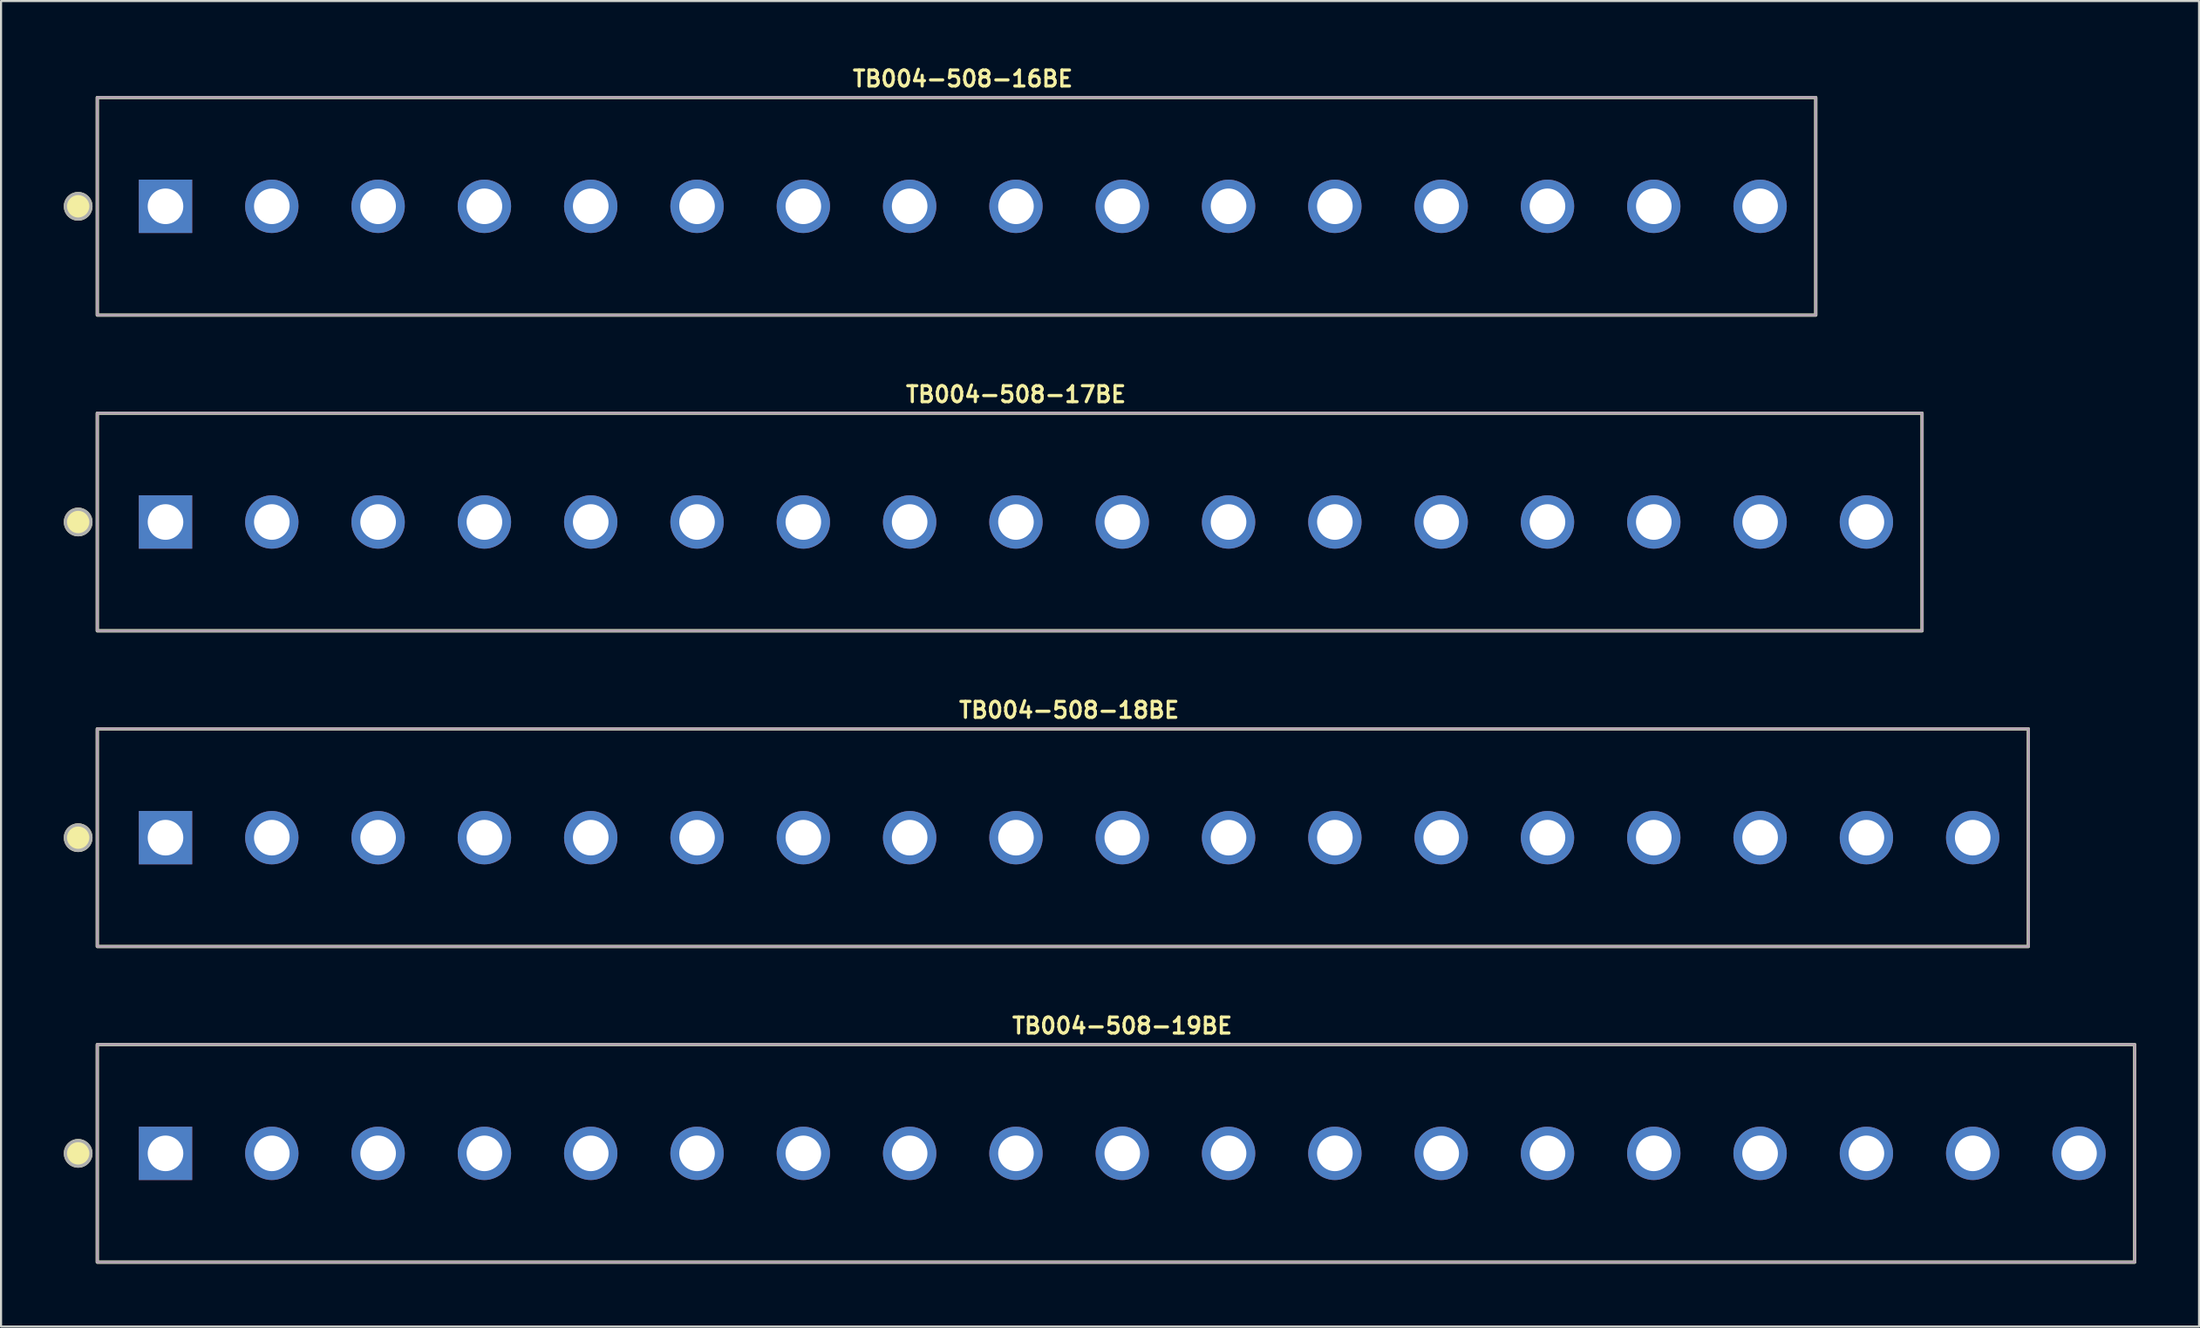
<source format=kicad_pcb>
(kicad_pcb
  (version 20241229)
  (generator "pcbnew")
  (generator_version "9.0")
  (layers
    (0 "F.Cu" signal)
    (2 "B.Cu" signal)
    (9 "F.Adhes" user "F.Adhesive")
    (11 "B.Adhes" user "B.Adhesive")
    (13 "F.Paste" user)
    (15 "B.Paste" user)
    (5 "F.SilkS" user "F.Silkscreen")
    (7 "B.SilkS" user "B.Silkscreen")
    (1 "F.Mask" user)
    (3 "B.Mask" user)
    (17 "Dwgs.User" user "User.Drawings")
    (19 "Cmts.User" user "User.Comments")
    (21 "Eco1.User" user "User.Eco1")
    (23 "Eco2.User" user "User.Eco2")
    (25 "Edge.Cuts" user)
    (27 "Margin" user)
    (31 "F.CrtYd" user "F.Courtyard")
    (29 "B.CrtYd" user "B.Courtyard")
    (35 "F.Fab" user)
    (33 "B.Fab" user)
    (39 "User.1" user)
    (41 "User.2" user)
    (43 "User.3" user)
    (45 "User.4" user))
  (footprint "TB004-508-18BE"
    (layer "F.Cu")
    (at 48.039 36.98)
    (property "Reference" "TB004-508-18BE" (at 0 -6.096 0) (layer "F.SilkS") (effects (font (size 0.762 0.762) (thickness 0.152))))
    (attr through_hole)
    (fp_rect (start -46.44 -5.2) (end 45.84 5.2) (stroke (width 0.152) (type default)) (fill no) (layer "F.SilkS"))
    (fp_circle (center -47.354 0) (end -46.745 0) (stroke (width 0.152) (type solid)) (fill yes) (layer "F.SilkS"))
    (fp_rect (start -46.44 -5.2) (end 45.84 5.2) (stroke (width 0.006) (type default)) (fill no) (layer "F.CrtYd"))
    (fp_rect (start -46.44 -5.2) (end 45.84 5.2) (stroke (width 0.152) (type default)) (fill no) (layer "F.Fab"))
    (fp_circle (center -47.354 0) (end -46.745 0) (stroke (width 0.152) (type solid)) (fill no) (layer "F.Fab"))
    (pad "1" thru_hole rect (at -43.18 0) (size 2.55 2.55) (drill 1.7) (layers "*.Cu" "*.Mask"))
    (pad "2" thru_hole circle (at -38.1 0) (size 2.55 2.55) (drill 1.7) (layers "*.Cu" "*.Mask"))
    (pad "3" thru_hole circle (at -33.02 0) (size 2.55 2.55) (drill 1.7) (layers "*.Cu" "*.Mask"))
    (pad "4" thru_hole circle (at -27.94 0) (size 2.55 2.55) (drill 1.7) (layers "*.Cu" "*.Mask"))
    (pad "5" thru_hole circle (at -22.86 0) (size 2.55 2.55) (drill 1.7) (layers "*.Cu" "*.Mask"))
    (pad "6" thru_hole circle (at -17.78 0) (size 2.55 2.55) (drill 1.7) (layers "*.Cu" "*.Mask"))
    (pad "7" thru_hole circle (at -12.7 0) (size 2.55 2.55) (drill 1.7) (layers "*.Cu" "*.Mask"))
    (pad "8" thru_hole circle (at -7.62 0) (size 2.55 2.55) (drill 1.7) (layers "*.Cu" "*.Mask"))
    (pad "9" thru_hole circle (at -2.54 0) (size 2.55 2.55) (drill 1.7) (layers "*.Cu" "*.Mask"))
    (pad "10" thru_hole circle (at 2.54 0) (size 2.55 2.55) (drill 1.7) (layers "*.Cu" "*.Mask"))
    (pad "11" thru_hole circle (at 7.62 0) (size 2.55 2.55) (drill 1.7) (layers "*.Cu" "*.Mask"))
    (pad "12" thru_hole circle (at 12.7 0) (size 2.55 2.55) (drill 1.7) (layers "*.Cu" "*.Mask"))
    (pad "13" thru_hole circle (at 17.78 0) (size 2.55 2.55) (drill 1.7) (layers "*.Cu" "*.Mask"))
    (pad "14" thru_hole circle (at 22.86 0) (size 2.55 2.55) (drill 1.7) (layers "*.Cu" "*.Mask"))
    (pad "15" thru_hole circle (at 27.94 0) (size 2.55 2.55) (drill 1.7) (layers "*.Cu" "*.Mask"))
    (pad "16" thru_hole circle (at 33.02 0) (size 2.55 2.55) (drill 1.7) (layers "*.Cu" "*.Mask"))
    (pad "17" thru_hole circle (at 38.1 0) (size 2.55 2.55) (drill 1.7) (layers "*.Cu" "*.Mask"))
    (pad "18" thru_hole circle (at 43.18 0) (size 2.55 2.55) (drill 1.7) (layers "*.Cu" "*.Mask")))
  (footprint "TB004-508-19BE"
    (layer "F.Cu")
    (at 50.579 52.066)
    (property "Reference" "TB004-508-19BE" (at 0 -6.096 0) (layer "F.SilkS") (effects (font (size 0.762 0.762) (thickness 0.152))))
    (attr through_hole)
    (fp_rect (start -48.98 -5.2) (end 48.38 5.2) (stroke (width 0.152) (type default)) (fill no) (layer "F.SilkS"))
    (fp_circle (center -49.894 0) (end -49.285 0) (stroke (width 0.152) (type solid)) (fill yes) (layer "F.SilkS"))
    (fp_rect (start -48.98 -5.2) (end 48.38 5.2) (stroke (width 0.006) (type default)) (fill no) (layer "F.CrtYd"))
    (fp_rect (start -48.98 -5.2) (end 48.38 5.2) (stroke (width 0.152) (type default)) (fill no) (layer "F.Fab"))
    (fp_circle (center -49.894 0) (end -49.285 0) (stroke (width 0.152) (type solid)) (fill no) (layer "F.Fab"))
    (pad "1" thru_hole rect (at -45.72 0) (size 2.55 2.55) (drill 1.7) (layers "*.Cu" "*.Mask"))
    (pad "2" thru_hole circle (at -40.64 0) (size 2.55 2.55) (drill 1.7) (layers "*.Cu" "*.Mask"))
    (pad "3" thru_hole circle (at -35.56 0) (size 2.55 2.55) (drill 1.7) (layers "*.Cu" "*.Mask"))
    (pad "4" thru_hole circle (at -30.48 0) (size 2.55 2.55) (drill 1.7) (layers "*.Cu" "*.Mask"))
    (pad "5" thru_hole circle (at -25.4 0) (size 2.55 2.55) (drill 1.7) (layers "*.Cu" "*.Mask"))
    (pad "6" thru_hole circle (at -20.32 0) (size 2.55 2.55) (drill 1.7) (layers "*.Cu" "*.Mask"))
    (pad "7" thru_hole circle (at -15.24 0) (size 2.55 2.55) (drill 1.7) (layers "*.Cu" "*.Mask"))
    (pad "8" thru_hole circle (at -10.16 0) (size 2.55 2.55) (drill 1.7) (layers "*.Cu" "*.Mask"))
    (pad "9" thru_hole circle (at -5.08 0) (size 2.55 2.55) (drill 1.7) (layers "*.Cu" "*.Mask"))
    (pad "10" thru_hole circle (at 0 0) (size 2.55 2.55) (drill 1.7) (layers "*.Cu" "*.Mask"))
    (pad "11" thru_hole circle (at 5.08 0) (size 2.55 2.55) (drill 1.7) (layers "*.Cu" "*.Mask"))
    (pad "12" thru_hole circle (at 10.16 0) (size 2.55 2.55) (drill 1.7) (layers "*.Cu" "*.Mask"))
    (pad "13" thru_hole circle (at 15.24 0) (size 2.55 2.55) (drill 1.7) (layers "*.Cu" "*.Mask"))
    (pad "14" thru_hole circle (at 20.32 0) (size 2.55 2.55) (drill 1.7) (layers "*.Cu" "*.Mask"))
    (pad "15" thru_hole circle (at 25.4 0) (size 2.55 2.55) (drill 1.7) (layers "*.Cu" "*.Mask"))
    (pad "16" thru_hole circle (at 30.48 0) (size 2.55 2.55) (drill 1.7) (layers "*.Cu" "*.Mask"))
    (pad "17" thru_hole circle (at 35.56 0) (size 2.55 2.55) (drill 1.7) (layers "*.Cu" "*.Mask"))
    (pad "18" thru_hole circle (at 40.64 0) (size 2.55 2.55) (drill 1.7) (layers "*.Cu" "*.Mask"))
    (pad "19" thru_hole circle (at 45.72 0) (size 2.55 2.55) (drill 1.7) (layers "*.Cu" "*.Mask")))
  (footprint "TB004-508-17BE"
    (layer "F.Cu")
    (at 45.499 21.895)
    (property "Reference" "TB004-508-17BE" (at 0 -6.096 0) (layer "F.SilkS") (effects (font (size 0.762 0.762) (thickness 0.152))))
    (attr through_hole)
    (fp_rect (start -43.9 -5.2) (end 43.3 5.2) (stroke (width 0.152) (type default)) (fill no) (layer "F.SilkS"))
    (fp_circle (center -44.814 0) (end -44.205 0) (stroke (width 0.152) (type solid)) (fill yes) (layer "F.SilkS"))
    (fp_rect (start -43.9 -5.2) (end 43.3 5.2) (stroke (width 0.006) (type default)) (fill no) (layer "F.CrtYd"))
    (fp_rect (start -43.9 -5.2) (end 43.3 5.2) (stroke (width 0.152) (type default)) (fill no) (layer "F.Fab"))
    (fp_circle (center -44.814 0) (end -44.205 0) (stroke (width 0.152) (type solid)) (fill no) (layer "F.Fab"))
    (pad "1" thru_hole rect (at -40.64 0) (size 2.55 2.55) (drill 1.7) (layers "*.Cu" "*.Mask"))
    (pad "2" thru_hole circle (at -35.56 0) (size 2.55 2.55) (drill 1.7) (layers "*.Cu" "*.Mask"))
    (pad "3" thru_hole circle (at -30.48 0) (size 2.55 2.55) (drill 1.7) (layers "*.Cu" "*.Mask"))
    (pad "4" thru_hole circle (at -25.4 0) (size 2.55 2.55) (drill 1.7) (layers "*.Cu" "*.Mask"))
    (pad "5" thru_hole circle (at -20.32 0) (size 2.55 2.55) (drill 1.7) (layers "*.Cu" "*.Mask"))
    (pad "6" thru_hole circle (at -15.24 0) (size 2.55 2.55) (drill 1.7) (layers "*.Cu" "*.Mask"))
    (pad "7" thru_hole circle (at -10.16 0) (size 2.55 2.55) (drill 1.7) (layers "*.Cu" "*.Mask"))
    (pad "8" thru_hole circle (at -5.08 0) (size 2.55 2.55) (drill 1.7) (layers "*.Cu" "*.Mask"))
    (pad "9" thru_hole circle (at 0 0) (size 2.55 2.55) (drill 1.7) (layers "*.Cu" "*.Mask"))
    (pad "10" thru_hole circle (at 5.08 0) (size 2.55 2.55) (drill 1.7) (layers "*.Cu" "*.Mask"))
    (pad "11" thru_hole circle (at 10.16 0) (size 2.55 2.55) (drill 1.7) (layers "*.Cu" "*.Mask"))
    (pad "12" thru_hole circle (at 15.24 0) (size 2.55 2.55) (drill 1.7) (layers "*.Cu" "*.Mask"))
    (pad "13" thru_hole circle (at 20.32 0) (size 2.55 2.55) (drill 1.7) (layers "*.Cu" "*.Mask"))
    (pad "14" thru_hole circle (at 25.4 0) (size 2.55 2.55) (drill 1.7) (layers "*.Cu" "*.Mask"))
    (pad "15" thru_hole circle (at 30.48 0) (size 2.55 2.55) (drill 1.7) (layers "*.Cu" "*.Mask"))
    (pad "16" thru_hole circle (at 35.56 0) (size 2.55 2.55) (drill 1.7) (layers "*.Cu" "*.Mask"))
    (pad "17" thru_hole circle (at 40.64 0) (size 2.55 2.55) (drill 1.7) (layers "*.Cu" "*.Mask")))
  (footprint "TB004-508-16BE"
    (layer "F.Cu")
    (at 42.959 6.809)
    (property "Reference" "TB004-508-16BE" (at 0 -6.096 0) (layer "F.SilkS") (effects (font (size 0.762 0.762) (thickness 0.152))))
    (attr through_hole)
    (fp_rect (start -41.36 -5.2) (end 40.76 5.2) (stroke (width 0.152) (type default)) (fill no) (layer "F.SilkS"))
    (fp_circle (center -42.274 0) (end -41.665 0) (stroke (width 0.152) (type solid)) (fill yes) (layer "F.SilkS"))
    (fp_rect (start -41.36 -5.2) (end 40.76 5.2) (stroke (width 0.006) (type default)) (fill no) (layer "F.CrtYd"))
    (fp_rect (start -41.36 -5.2) (end 40.76 5.2) (stroke (width 0.152) (type default)) (fill no) (layer "F.Fab"))
    (fp_circle (center -42.274 0) (end -41.665 0) (stroke (width 0.152) (type solid)) (fill no) (layer "F.Fab"))
    (pad "1" thru_hole rect (at -38.1 0) (size 2.55 2.55) (drill 1.7) (layers "*.Cu" "*.Mask"))
    (pad "2" thru_hole circle (at -33.02 0) (size 2.55 2.55) (drill 1.7) (layers "*.Cu" "*.Mask"))
    (pad "3" thru_hole circle (at -27.94 0) (size 2.55 2.55) (drill 1.7) (layers "*.Cu" "*.Mask"))
    (pad "4" thru_hole circle (at -22.86 0) (size 2.55 2.55) (drill 1.7) (layers "*.Cu" "*.Mask"))
    (pad "5" thru_hole circle (at -17.78 0) (size 2.55 2.55) (drill 1.7) (layers "*.Cu" "*.Mask"))
    (pad "6" thru_hole circle (at -12.7 0) (size 2.55 2.55) (drill 1.7) (layers "*.Cu" "*.Mask"))
    (pad "7" thru_hole circle (at -7.62 0) (size 2.55 2.55) (drill 1.7) (layers "*.Cu" "*.Mask"))
    (pad "8" thru_hole circle (at -2.54 0) (size 2.55 2.55) (drill 1.7) (layers "*.Cu" "*.Mask"))
    (pad "9" thru_hole circle (at 2.54 0) (size 2.55 2.55) (drill 1.7) (layers "*.Cu" "*.Mask"))
    (pad "10" thru_hole circle (at 7.62 0) (size 2.55 2.55) (drill 1.7) (layers "*.Cu" "*.Mask"))
    (pad "11" thru_hole circle (at 12.7 0) (size 2.55 2.55) (drill 1.7) (layers "*.Cu" "*.Mask"))
    (pad "12" thru_hole circle (at 17.78 0) (size 2.55 2.55) (drill 1.7) (layers "*.Cu" "*.Mask"))
    (pad "13" thru_hole circle (at 22.86 0) (size 2.55 2.55) (drill 1.7) (layers "*.Cu" "*.Mask"))
    (pad "14" thru_hole circle (at 27.94 0) (size 2.55 2.55) (drill 1.7) (layers "*.Cu" "*.Mask"))
    (pad "15" thru_hole circle (at 33.02 0) (size 2.55 2.55) (drill 1.7) (layers "*.Cu" "*.Mask"))
    (pad "16" thru_hole circle (at 38.1 0) (size 2.55 2.55) (drill 1.7) (layers "*.Cu" "*.Mask")))
  (gr_rect
    (start -3 -3)
    (end 102.035 60.342)
    (stroke (width 0.1) (type default))
    (fill no)
    (layer "Edge.Cuts")))
</source>
